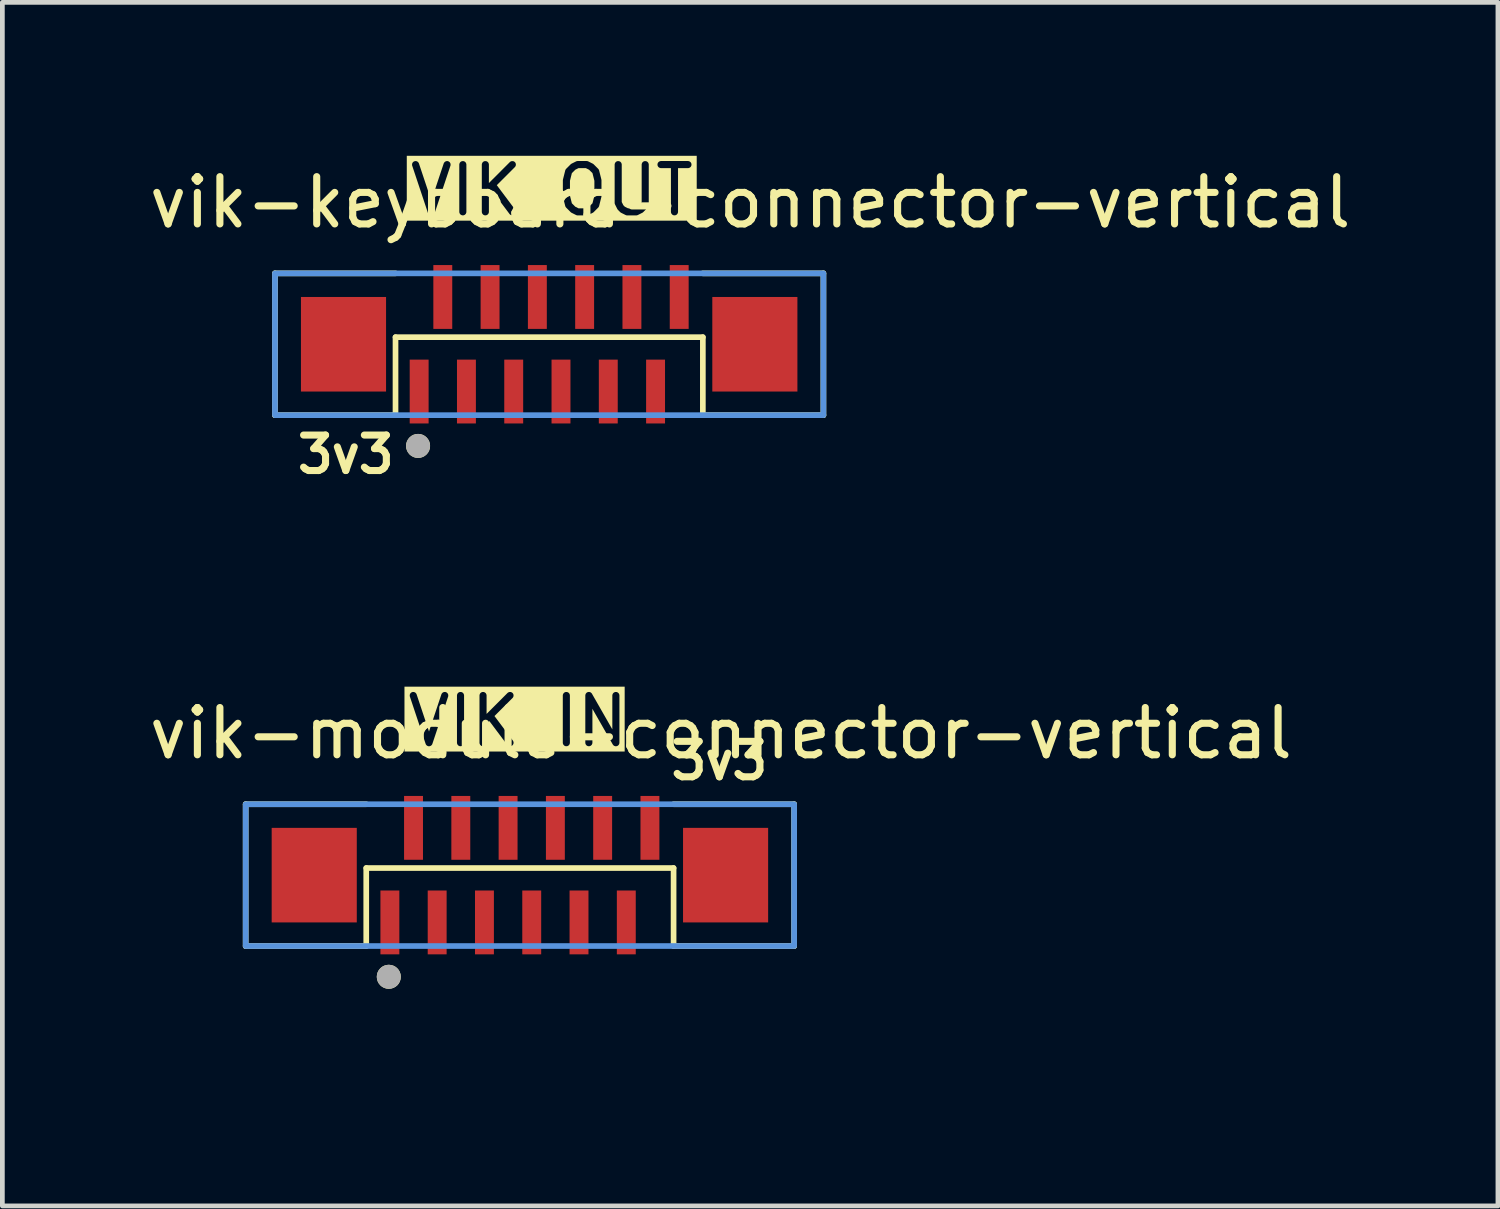
<source format=kicad_pcb>
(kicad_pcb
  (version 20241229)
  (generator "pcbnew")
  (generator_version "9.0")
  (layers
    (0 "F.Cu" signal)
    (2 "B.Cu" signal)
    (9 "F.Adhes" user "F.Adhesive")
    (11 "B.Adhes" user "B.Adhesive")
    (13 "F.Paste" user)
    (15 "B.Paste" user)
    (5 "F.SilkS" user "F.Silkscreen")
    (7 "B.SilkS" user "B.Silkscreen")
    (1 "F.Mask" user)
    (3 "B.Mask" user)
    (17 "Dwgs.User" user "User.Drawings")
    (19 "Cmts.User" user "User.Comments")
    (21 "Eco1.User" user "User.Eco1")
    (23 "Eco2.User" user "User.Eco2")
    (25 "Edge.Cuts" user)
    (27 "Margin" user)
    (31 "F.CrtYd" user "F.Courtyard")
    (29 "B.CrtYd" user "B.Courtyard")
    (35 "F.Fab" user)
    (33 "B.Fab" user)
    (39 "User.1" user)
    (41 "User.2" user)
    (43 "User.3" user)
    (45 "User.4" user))
  (footprint "vik-keyboard-connector-vertical"
    (layer "F.Cu")
    (at 8.565 4.231)
    (property "Reference" "vik-keyboard-connector-vertical" (at 4.25 -3 0) (unlocked yes) (layer "F.SilkS") (effects (font (size 1 1) (thickness 0.15))))
    (attr smd)
    (fp_line (start -5.8 -1.5) (end -3.25 -1.5) (stroke (width 0.12) (type default)) (layer "F.SilkS"))
    (fp_line (start -5.8 1.5) (end -5.8 -1.5) (stroke (width 0.12) (type default)) (layer "F.SilkS"))
    (fp_line (start -5.8 1.5) (end -3.25 1.5) (stroke (width 0.12) (type default)) (layer "F.SilkS"))
    (fp_line (start -3.25 -0.15) (end -3.25 1.5) (stroke (width 0.12) (type default)) (layer "F.SilkS"))
    (fp_line (start -3.25 -0.15) (end 3.25 -0.15) (stroke (width 0.12) (type default)) (layer "F.SilkS"))
    (fp_line (start 3.25 -0.15) (end 3.25 1.5) (stroke (width 0.12) (type default)) (layer "F.SilkS"))
    (fp_line (start 5.8 -1.5) (end 3.25 -1.5) (stroke (width 0.12) (type default)) (layer "F.SilkS"))
    (fp_line (start 5.8 1.5) (end 3.25 1.5) (stroke (width 0.12) (type default)) (layer "F.SilkS"))
    (fp_line (start 5.8 1.5) (end 5.8 -1.5) (stroke (width 0.12) (type default)) (layer "F.SilkS"))
    (fp_circle (center -2.773 2.15) (end -2.646 2.15) (stroke (width 0.254) (type solid)) (fill no) (layer "F.SilkS"))
    (fp_rect (start -5.8 -1.5) (end 5.8 1.5) (stroke (width 0.12) (type default)) (fill no) (layer "Cmts.User"))
    (fp_circle (center -2.773 2.15) (end -2.646 2.15) (stroke (width 0.254) (type solid)) (fill no) (layer "F.Fab"))
    (fp_text user "VIK OUT" (at -3.02 -2.67 0) (unlocked yes) (layer "F.SilkS" knockout) (effects (font (size 1 1) (thickness 0.15)) (justify left bottom)))
    (fp_text user "3v3" (at -5.4 2.77 0) (unlocked yes) (layer "F.SilkS") (effects (font (size 0.75 0.75) (thickness 0.15)) (justify left bottom)))
    (fp_text user " C262499" (at -4 3.75 0) (unlocked yes) (layer "User.2") (effects (font (size 1 1) (thickness 0.15)) (justify left bottom)))
    (pad "" smd rect (at -4.35 0) (size 1.8 2) (layers "F.Cu" "F.Mask" "F.Paste"))
    (pad "" smd rect (at 4.35 0) (size 1.8 2) (layers "F.Cu" "F.Mask" "F.Paste"))
    (pad "1" smd rect (at -2.75 1) (size 0.4 1.35) (layers "F.Cu" "F.Mask" "F.Paste"))
    (pad "2" smd rect (at -2.25 -1) (size 0.4 1.35) (layers "F.Cu" "F.Mask" "F.Paste"))
    (pad "3" smd rect (at -1.75 1) (size 0.4 1.35) (layers "F.Cu" "F.Mask" "F.Paste"))
    (pad "4" smd rect (at -1.25 -1) (size 0.4 1.35) (layers "F.Cu" "F.Mask" "F.Paste"))
    (pad "5" smd rect (at -0.75 1) (size 0.4 1.35) (layers "F.Cu" "F.Mask" "F.Paste"))
    (pad "6" smd rect (at -0.25 -1) (size 0.4 1.35) (layers "F.Cu" "F.Mask" "F.Paste"))
    (pad "7" smd rect (at 0.25 1) (size 0.4 1.35) (layers "F.Cu" "F.Mask" "F.Paste"))
    (pad "8" smd rect (at 0.75 -1) (size 0.4 1.35) (layers "F.Cu" "F.Mask" "F.Paste"))
    (pad "9" smd rect (at 1.25 1) (size 0.4 1.35) (layers "F.Cu" "F.Mask" "F.Paste"))
    (pad "10" smd rect (at 1.75 -1) (size 0.4 1.35) (layers "F.Cu" "F.Mask" "F.Paste"))
    (pad "11" smd rect (at 2.25 1) (size 0.4 1.35) (layers "F.Cu" "F.Mask" "F.Paste"))
    (pad "12" smd rect (at 2.75 -1) (size 0.4 1.35) (layers "F.Cu" "F.Mask" "F.Paste")))
  (footprint "vik-module-connector-vertical"
    (layer "F.Cu")
    (at 7.946 15.459)
    (property "Reference" "vik-module-connector-vertical" (at 4.25 -3 0) (unlocked yes) (layer "F.SilkS") (effects (font (size 1 1) (thickness 0.15))))
    (attr smd)
    (fp_line (start -5.8 -1.5) (end -3.25 -1.5) (stroke (width 0.12) (type default)) (layer "F.SilkS"))
    (fp_line (start -5.8 1.5) (end -5.8 -1.5) (stroke (width 0.12) (type default)) (layer "F.SilkS"))
    (fp_line (start -5.8 1.5) (end -3.25 1.5) (stroke (width 0.12) (type default)) (layer "F.SilkS"))
    (fp_line (start -3.25 -0.15) (end -3.25 1.5) (stroke (width 0.12) (type default)) (layer "F.SilkS"))
    (fp_line (start -3.25 -0.15) (end 3.25 -0.15) (stroke (width 0.12) (type default)) (layer "F.SilkS"))
    (fp_line (start 3.25 -0.15) (end 3.25 1.5) (stroke (width 0.12) (type default)) (layer "F.SilkS"))
    (fp_line (start 5.8 -1.5) (end 3.25 -1.5) (stroke (width 0.12) (type default)) (layer "F.SilkS"))
    (fp_line (start 5.8 1.5) (end 3.25 1.5) (stroke (width 0.12) (type default)) (layer "F.SilkS"))
    (fp_line (start 5.8 1.5) (end 5.8 -1.5) (stroke (width 0.12) (type default)) (layer "F.SilkS"))
    (fp_circle (center -2.773 2.15) (end -2.646 2.15) (stroke (width 0.254) (type solid)) (fill no) (layer "F.SilkS"))
    (fp_rect (start -5.8 -1.5) (end 5.8 1.5) (stroke (width 0.12) (type default)) (fill no) (layer "Cmts.User"))
    (fp_circle (center -2.773 2.15) (end -2.646 2.15) (stroke (width 0.254) (type solid)) (fill no) (layer "F.Fab"))
    (fp_text user "3v3" (at 3.12 -1.98 0) (unlocked yes) (layer "F.SilkS") (effects (font (size 0.75 0.75) (thickness 0.15)) (justify left bottom)))
    (fp_text user "VIK IN" (at -2.45 -2.67 0) (unlocked yes) (layer "F.SilkS" knockout) (effects (font (size 1 1) (thickness 0.15)) (justify left bottom)))
    (fp_text user " C262499" (at -4 3.75 0) (unlocked yes) (layer "User.2") (effects (font (size 1 1) (thickness 0.15)) (justify left bottom)))
    (pad "" smd rect (at -4.35 0) (size 1.8 2) (layers "F.Cu" "F.Mask" "F.Paste"))
    (pad "" smd rect (at 4.35 0) (size 1.8 2) (layers "F.Cu" "F.Mask" "F.Paste"))
    (pad "1" smd rect (at -2.75 1) (size 0.4 1.35) (layers "F.Cu" "F.Mask" "F.Paste"))
    (pad "2" smd rect (at -2.25 -1) (size 0.4 1.35) (layers "F.Cu" "F.Mask" "F.Paste"))
    (pad "3" smd rect (at -1.75 1) (size 0.4 1.35) (layers "F.Cu" "F.Mask" "F.Paste"))
    (pad "4" smd rect (at -1.25 -1) (size 0.4 1.35) (layers "F.Cu" "F.Mask" "F.Paste"))
    (pad "5" smd rect (at -0.75 1) (size 0.4 1.35) (layers "F.Cu" "F.Mask" "F.Paste"))
    (pad "6" smd rect (at -0.25 -1) (size 0.4 1.35) (layers "F.Cu" "F.Mask" "F.Paste"))
    (pad "7" smd rect (at 0.25 1) (size 0.4 1.35) (layers "F.Cu" "F.Mask" "F.Paste"))
    (pad "8" smd rect (at 0.75 -1) (size 0.4 1.35) (layers "F.Cu" "F.Mask" "F.Paste"))
    (pad "9" smd rect (at 1.25 1) (size 0.4 1.35) (layers "F.Cu" "F.Mask" "F.Paste"))
    (pad "10" smd rect (at 1.75 -1) (size 0.4 1.35) (layers "F.Cu" "F.Mask" "F.Paste"))
    (pad "11" smd rect (at 2.25 1) (size 0.4 1.35) (layers "F.Cu" "F.Mask" "F.Paste"))
    (pad "12" smd rect (at 2.75 -1) (size 0.4 1.35) (layers "F.Cu" "F.Mask" "F.Paste")))
  (gr_rect
    (start -3 -3)
    (end 28.631 22.455)
    (stroke (width 0.1) (type default))
    (fill no)
    (layer "Edge.Cuts")))
</source>
